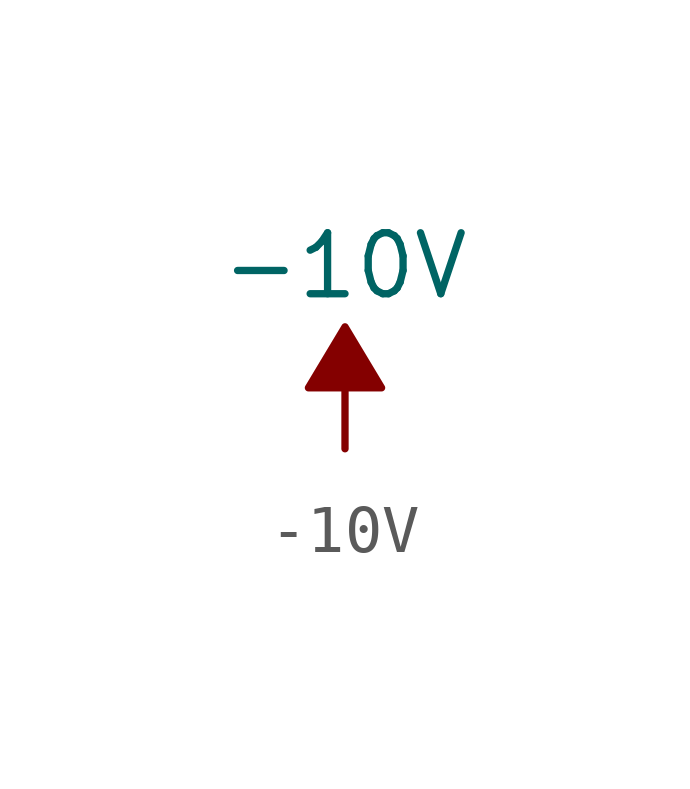
<source format=kicad_sym>
(kicad_symbol_lib
  (version 20211014)
  (generator kicad_symbol_editor)
  (symbol "-10V"
    (pin_names
      (offset 0))
    (property "Reference" "#PWR"
      (at 0 2.54 0)
      (effects (font (size 1.27 1.27)) hide))
    (property "Value" "-10V"
      (at 0 3.81 0)
      (effects (font (size 1.27 1.27))))
    (property "Footprint" ""
      (at 0 0 0)
      (effects (font (size 1.524 1.524))))
    (property "Datasheet" ""
      (at 0 0 0)
      (effects (font (size 1.524 1.524))))
    (symbol "-10V_0_0"
      (pin power_in line (at 0 0 90) (length 0) hide (name "-10V" (effects (font (size 0.508 0.508)))) (number "1" (effects (font (size 0.508 0.508))))))
    (symbol "-10V_0_1"
      (polyline (pts (xy 0 0) (xy 0 1.27) (xy 0.762 1.27) (xy 0 2.54) (xy -0.762 1.27) (xy 0 1.27)) (stroke (width 0) (type default) (color 0 0 0 0)) (fill (type outline))))))
</source>
